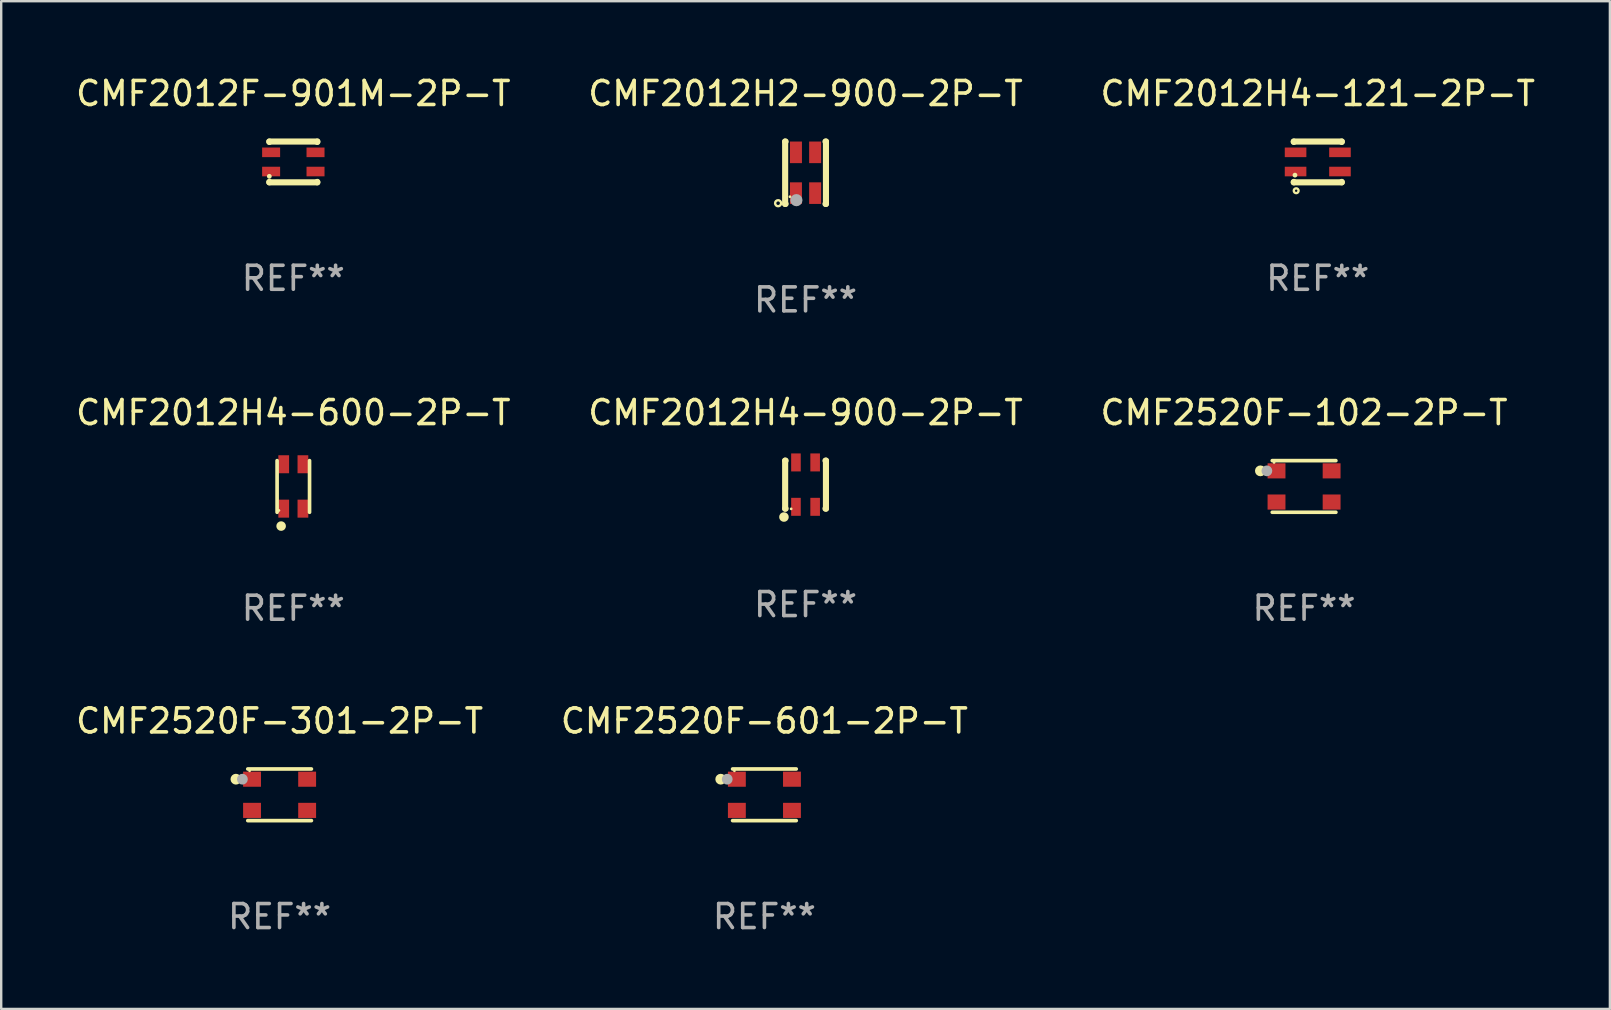
<source format=kicad_pcb>
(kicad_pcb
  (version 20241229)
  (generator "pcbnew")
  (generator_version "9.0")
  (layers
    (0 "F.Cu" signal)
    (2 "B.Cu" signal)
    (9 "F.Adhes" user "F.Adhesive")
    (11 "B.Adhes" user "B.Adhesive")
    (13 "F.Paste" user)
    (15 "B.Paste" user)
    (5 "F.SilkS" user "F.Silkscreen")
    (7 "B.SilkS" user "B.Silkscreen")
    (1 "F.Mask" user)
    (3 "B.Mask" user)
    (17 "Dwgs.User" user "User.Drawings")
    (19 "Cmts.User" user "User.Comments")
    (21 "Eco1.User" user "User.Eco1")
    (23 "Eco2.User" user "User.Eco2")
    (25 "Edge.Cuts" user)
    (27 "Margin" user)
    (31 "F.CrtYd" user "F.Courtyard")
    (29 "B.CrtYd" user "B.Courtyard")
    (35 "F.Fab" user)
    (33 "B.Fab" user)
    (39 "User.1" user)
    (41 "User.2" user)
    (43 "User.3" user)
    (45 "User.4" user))
  (footprint "CMF2520F-102-2P-T"
    (layer "F.Cu")
    (at 51.292 17.221)
    (property "Reference" "CMF2520F-102-2P-T" (at 0 -3.076 0) (layer "F.SilkS") (effects (font (size 1 1) (thickness 0.15))))
    (attr through_hole)
    (fp_line (start -1.326 -1.076) (end 1.326 -1.076) (stroke (width 0.152) (type solid)) (layer "F.SilkS"))
    (fp_line (start -1.326 1.076) (end 1.326 1.076) (stroke (width 0.152) (type solid)) (layer "F.SilkS"))
    (fp_circle (center -1.82 -0.65) (end -1.707 -0.65) (stroke (width 0.225) (type solid)) (fill no) (layer "F.SilkS"))
    (fp_circle (center -1.25 -1) (end -1.22 -1) (stroke (width 0.06) (type solid)) (fill no) (layer "F.SilkS"))
    (fp_circle (center -1.55 -0.65) (end -1.437 -0.65) (stroke (width 0.225) (type solid)) (fill no) (layer "F.Fab"))
    (fp_text user "REF**" (at 0 5.076 0) (layer "F.Fab") (effects (font (size 1 1) (thickness 0.15))))
    (pad "1" smd rect (at -1.148 -0.65 270) (size 0.63 0.745) (layers "F.Cu" "F.Mask" "F.Paste"))
    (pad "2" smd rect (at -1.148 0.65 270) (size 0.63 0.745) (layers "F.Cu" "F.Mask" "F.Paste"))
    (pad "3" smd rect (at 1.148 0.65 270) (size 0.63 0.745) (layers "F.Cu" "F.Mask" "F.Paste"))
    (pad "4" smd rect (at 1.148 -0.65 270) (size 0.63 0.745) (layers "F.Cu" "F.Mask" "F.Paste")))
  (footprint "CMF2012H2-900-2P-T"
    (layer "F.Cu")
    (at 30.518 4.148)
    (property "Reference" "CMF2012H2-900-2P-T" (at 0 -3.3 0) (layer "F.SilkS") (effects (font (size 1 1) (thickness 0.15))))
    (attr through_hole)
    (fp_line (start -0.85 1.3) (end -0.85 -1.3) (stroke (width 0.254) (type solid)) (layer "F.SilkS"))
    (fp_line (start -0.831 -1.3) (end -0.85 -1.3) (stroke (width 0.254) (type solid)) (layer "F.SilkS"))
    (fp_line (start -0.831 1.3) (end -0.85 1.3) (stroke (width 0.254) (type solid)) (layer "F.SilkS"))
    (fp_line (start 0.85 -1.3) (end 0.831 -1.3) (stroke (width 0.254) (type solid)) (layer "F.SilkS"))
    (fp_line (start 0.85 1.3) (end 0.831 1.3) (stroke (width 0.254) (type solid)) (layer "F.SilkS"))
    (fp_line (start 0.85 1.3) (end 0.85 -1.3) (stroke (width 0.254) (type solid)) (layer "F.SilkS"))
    (fp_circle (center -1.143 1.27) (end -1.018 1.27) (stroke (width 0.1) (type solid)) (fill no) (layer "F.SilkS"))
    (fp_circle (center -0.65 1) (end -0.62 1) (stroke (width 0.06) (type solid)) (fill no) (layer "F.SilkS"))
    (fp_circle (center -0.381 1.143) (end -0.254 1.143) (stroke (width 0.254) (type solid)) (fill no) (layer "F.Fab"))
    (fp_text user "REF**" (at 0 5.3 0) (layer "F.Fab") (effects (font (size 1 1) (thickness 0.15))))
    (pad "1" smd rect (at -0.4 0.85) (size 0.5 0.9) (layers "F.Cu" "F.Mask" "F.Paste"))
    (pad "2" smd rect (at -0.4 -0.85) (size 0.5 0.9) (layers "F.Cu" "F.Mask" "F.Paste"))
    (pad "3" smd rect (at 0.4 -0.85) (size 0.5 0.9) (layers "F.Cu" "F.Mask" "F.Paste"))
    (pad "4" smd rect (at 0.4 0.85) (size 0.5 0.9) (layers "F.Cu" "F.Mask" "F.Paste")))
  (footprint "CMF2012H4-600-2P-T"
    (layer "F.Cu")
    (at 9.173 17.221)
    (property "Reference" "CMF2012H4-600-2P-T" (at 0 -3.076 0) (layer "F.SilkS") (effects (font (size 1 1) (thickness 0.15))))
    (attr through_hole)
    (fp_line (start -0.676 1.076) (end -0.676 -1.076) (stroke (width 0.152) (type solid)) (layer "F.SilkS"))
    (fp_line (start 0.676 1.076) (end 0.676 -1.076) (stroke (width 0.152) (type solid)) (layer "F.SilkS"))
    (fp_circle (center -0.6 1) (end -0.57 1) (stroke (width 0.06) (type solid)) (fill no) (layer "F.SilkS"))
    (fp_circle (center -0.508 1.651) (end -0.408 1.651) (stroke (width 0.2) (type solid)) (fill no) (layer "F.SilkS"))
    (fp_text user "REF**" (at 0 5.076 0) (layer "F.Fab") (effects (font (size 1 1) (thickness 0.15))))
    (pad "1" smd rect (at -0.4 0.925) (size 0.448 0.75) (layers "F.Cu" "F.Mask" "F.Paste"))
    (pad "2" smd rect (at 0.4 0.925) (size 0.448 0.75) (layers "F.Cu" "F.Mask" "F.Paste"))
    (pad "3" smd rect (at 0.4 -0.925) (size 0.448 0.75) (layers "F.Cu" "F.Mask" "F.Paste"))
    (pad "4" smd rect (at -0.4 -0.925) (size 0.448 0.75) (layers "F.Cu" "F.Mask" "F.Paste")))
  (footprint "CMF2012H4-900-2P-T"
    (layer "F.Cu")
    (at 30.518 17.145)
    (property "Reference" "CMF2012H4-900-2P-T" (at 0 -3 0) (layer "F.SilkS") (effects (font (size 1 1) (thickness 0.15))))
    (attr through_hole)
    (fp_line (start -0.85 -1) (end -0.831 -1) (stroke (width 0.254) (type solid)) (layer "F.SilkS"))
    (fp_line (start -0.85 1) (end -0.85 -1) (stroke (width 0.254) (type solid)) (layer "F.SilkS"))
    (fp_line (start -0.85 1) (end -0.831 1) (stroke (width 0.254) (type solid)) (layer "F.SilkS"))
    (fp_line (start 0.831 -1) (end 0.85 -1) (stroke (width 0.254) (type solid)) (layer "F.SilkS"))
    (fp_line (start 0.831 1) (end 0.85 1) (stroke (width 0.254) (type solid)) (layer "F.SilkS"))
    (fp_line (start 0.85 1) (end 0.85 -1) (stroke (width 0.254) (type solid)) (layer "F.SilkS"))
    (fp_circle (center -0.9 1.35) (end -0.8 1.35) (stroke (width 0.2) (type solid)) (fill no) (layer "F.SilkS"))
    (fp_circle (center -0.6 1.01) (end -0.57 1.01) (stroke (width 0.06) (type solid)) (fill no) (layer "F.SilkS"))
    (fp_text user "REF**" (at 0 5 0) (layer "F.Fab") (effects (font (size 1 1) (thickness 0.15))))
    (pad "1" smd rect (at -0.4 0.925 90) (size 0.75 0.4) (layers "F.Cu" "F.Mask" "F.Paste"))
    (pad "2" smd rect (at -0.4 -0.925 90) (size 0.75 0.4) (layers "F.Cu" "F.Mask" "F.Paste"))
    (pad "3" smd rect (at 0.4 -0.925 90) (size 0.75 0.4) (layers "F.Cu" "F.Mask" "F.Paste"))
    (pad "4" smd rect (at 0.4 0.925 90) (size 0.75 0.4) (layers "F.Cu" "F.Mask" "F.Paste")))
  (footprint "CMF2520F-301-2P-T"
    (layer "F.Cu")
    (at 8.601 30.07)
    (property "Reference" "CMF2520F-301-2P-T" (at 0 -3.076 0) (layer "F.SilkS") (effects (font (size 1 1) (thickness 0.15))))
    (attr through_hole)
    (fp_line (start -1.326 -1.076) (end 1.326 -1.076) (stroke (width 0.152) (type solid)) (layer "F.SilkS"))
    (fp_line (start -1.326 1.076) (end 1.326 1.076) (stroke (width 0.152) (type solid)) (layer "F.SilkS"))
    (fp_circle (center -1.82 -0.65) (end -1.707 -0.65) (stroke (width 0.225) (type solid)) (fill no) (layer "F.SilkS"))
    (fp_circle (center -1.25 -1) (end -1.22 -1) (stroke (width 0.06) (type solid)) (fill no) (layer "F.SilkS"))
    (fp_circle (center -1.55 -0.65) (end -1.437 -0.65) (stroke (width 0.225) (type solid)) (fill no) (layer "F.Fab"))
    (fp_text user "REF**" (at 0 5.076 0) (layer "F.Fab") (effects (font (size 1 1) (thickness 0.15))))
    (pad "1" smd rect (at -1.148 -0.65 270) (size 0.63 0.745) (layers "F.Cu" "F.Mask" "F.Paste"))
    (pad "2" smd rect (at -1.148 0.65 270) (size 0.63 0.745) (layers "F.Cu" "F.Mask" "F.Paste"))
    (pad "3" smd rect (at 1.148 0.65 270) (size 0.63 0.745) (layers "F.Cu" "F.Mask" "F.Paste"))
    (pad "4" smd rect (at 1.148 -0.65 270) (size 0.63 0.745) (layers "F.Cu" "F.Mask" "F.Paste")))
  (footprint "CMF2520F-601-2P-T"
    (layer "F.Cu")
    (at 28.804 30.07)
    (property "Reference" "CMF2520F-601-2P-T" (at 0 -3.076 0) (layer "F.SilkS") (effects (font (size 1 1) (thickness 0.15))))
    (attr through_hole)
    (fp_line (start -1.326 -1.076) (end 1.326 -1.076) (stroke (width 0.152) (type solid)) (layer "F.SilkS"))
    (fp_line (start -1.326 1.076) (end 1.326 1.076) (stroke (width 0.152) (type solid)) (layer "F.SilkS"))
    (fp_circle (center -1.82 -0.65) (end -1.707 -0.65) (stroke (width 0.225) (type solid)) (fill no) (layer "F.SilkS"))
    (fp_circle (center -1.25 -1) (end -1.22 -1) (stroke (width 0.06) (type solid)) (fill no) (layer "F.SilkS"))
    (fp_circle (center -1.55 -0.65) (end -1.437 -0.65) (stroke (width 0.225) (type solid)) (fill no) (layer "F.Fab"))
    (fp_text user "REF**" (at 0 5.076 0) (layer "F.Fab") (effects (font (size 1 1) (thickness 0.15))))
    (pad "1" smd rect (at -1.148 -0.65 270) (size 0.63 0.745) (layers "F.Cu" "F.Mask" "F.Paste"))
    (pad "2" smd rect (at -1.148 0.65 270) (size 0.63 0.745) (layers "F.Cu" "F.Mask" "F.Paste"))
    (pad "3" smd rect (at 1.148 0.65 270) (size 0.63 0.745) (layers "F.Cu" "F.Mask" "F.Paste"))
    (pad "4" smd rect (at 1.148 -0.65 270) (size 0.63 0.745) (layers "F.Cu" "F.Mask" "F.Paste")))
  (footprint "CMF2012F-901M-2P-T"
    (layer "F.Cu")
    (at 9.173 3.698)
    (property "Reference" "CMF2012F-901M-2P-T" (at 0 -2.85 0) (layer "F.SilkS") (effects (font (size 1 1) (thickness 0.15))))
    (attr through_hole)
    (fp_line (start -1 -0.85) (end -1 -0.831) (stroke (width 0.254) (type solid)) (layer "F.SilkS"))
    (fp_line (start -1 -0.85) (end 1 -0.85) (stroke (width 0.254) (type solid)) (layer "F.SilkS"))
    (fp_line (start -1 0.831) (end -1 0.85) (stroke (width 0.254) (type solid)) (layer "F.SilkS"))
    (fp_line (start -1 0.85) (end 1 0.85) (stroke (width 0.254) (type solid)) (layer "F.SilkS"))
    (fp_line (start 1 -0.85) (end 1 -0.831) (stroke (width 0.254) (type solid)) (layer "F.SilkS"))
    (fp_line (start 1 0.831) (end 1 0.85) (stroke (width 0.254) (type solid)) (layer "F.SilkS"))
    (fp_circle (center -1 0.6) (end -0.95 0.6) (stroke (width 0.1) (type solid)) (fill no) (layer "F.SilkS"))
    (fp_text user "REF**" (at 0 4.85 0) (layer "F.Fab") (effects (font (size 1 1) (thickness 0.15))))
    (pad "1" smd rect (at -0.925 0.4) (size 0.75 0.4) (layers "F.Cu" "F.Mask" "F.Paste"))
    (pad "2" smd rect (at -0.925 -0.4) (size 0.75 0.4) (layers "F.Cu" "F.Mask" "F.Paste"))
    (pad "3" smd rect (at 0.925 -0.4) (size 0.75 0.4) (layers "F.Cu" "F.Mask" "F.Paste"))
    (pad "4" smd rect (at 0.925 0.4) (size 0.75 0.4) (layers "F.Cu" "F.Mask" "F.Paste")))
  (footprint "CMF2012H4-121-2P-T"
    (layer "F.Cu")
    (at 51.863 3.698)
    (property "Reference" "CMF2012H4-121-2P-T" (at 0 -2.85 0) (layer "F.SilkS") (effects (font (size 1 1) (thickness 0.15))))
    (attr through_hole)
    (fp_line (start -1 -0.831) (end -1 -0.85) (stroke (width 0.254) (type solid)) (layer "F.SilkS"))
    (fp_line (start -1 0.85) (end -1 0.831) (stroke (width 0.254) (type solid)) (layer "F.SilkS"))
    (fp_line (start 1 -0.85) (end -1 -0.85) (stroke (width 0.254) (type solid)) (layer "F.SilkS"))
    (fp_line (start 1 -0.831) (end 1 -0.85) (stroke (width 0.254) (type solid)) (layer "F.SilkS"))
    (fp_line (start 1 0.85) (end -1 0.85) (stroke (width 0.254) (type solid)) (layer "F.SilkS"))
    (fp_line (start 1 0.85) (end 1 0.831) (stroke (width 0.254) (type solid)) (layer "F.SilkS"))
    (fp_circle (center -0.95 0.55) (end -0.9 0.55) (stroke (width 0.1) (type solid)) (fill no) (layer "F.SilkS"))
    (fp_circle (center -0.9 1.2) (end -0.8 1.2) (stroke (width 0.1) (type solid)) (fill no) (layer "F.SilkS"))
    (fp_text user "REF**" (at 0 4.85 0) (layer "F.Fab") (effects (font (size 1 1) (thickness 0.15))))
    (pad "1" smd rect (at -0.925 0.4 180) (size 0.9 0.4) (layers "F.Cu" "F.Mask" "F.Paste"))
    (pad "2" smd rect (at 0.925 0.4 180) (size 0.9 0.4) (layers "F.Cu" "F.Mask" "F.Paste"))
    (pad "3" smd rect (at 0.925 -0.4 180) (size 0.9 0.4) (layers "F.Cu" "F.Mask" "F.Paste"))
    (pad "4" smd rect (at -0.925 -0.4 180) (size 0.9 0.4) (layers "F.Cu" "F.Mask" "F.Paste")))
  (gr_rect
    (start -3 -3)
    (end 64.036 38.994)
    (stroke (width 0.1) (type default))
    (fill no)
    (layer "Edge.Cuts")))
</source>
